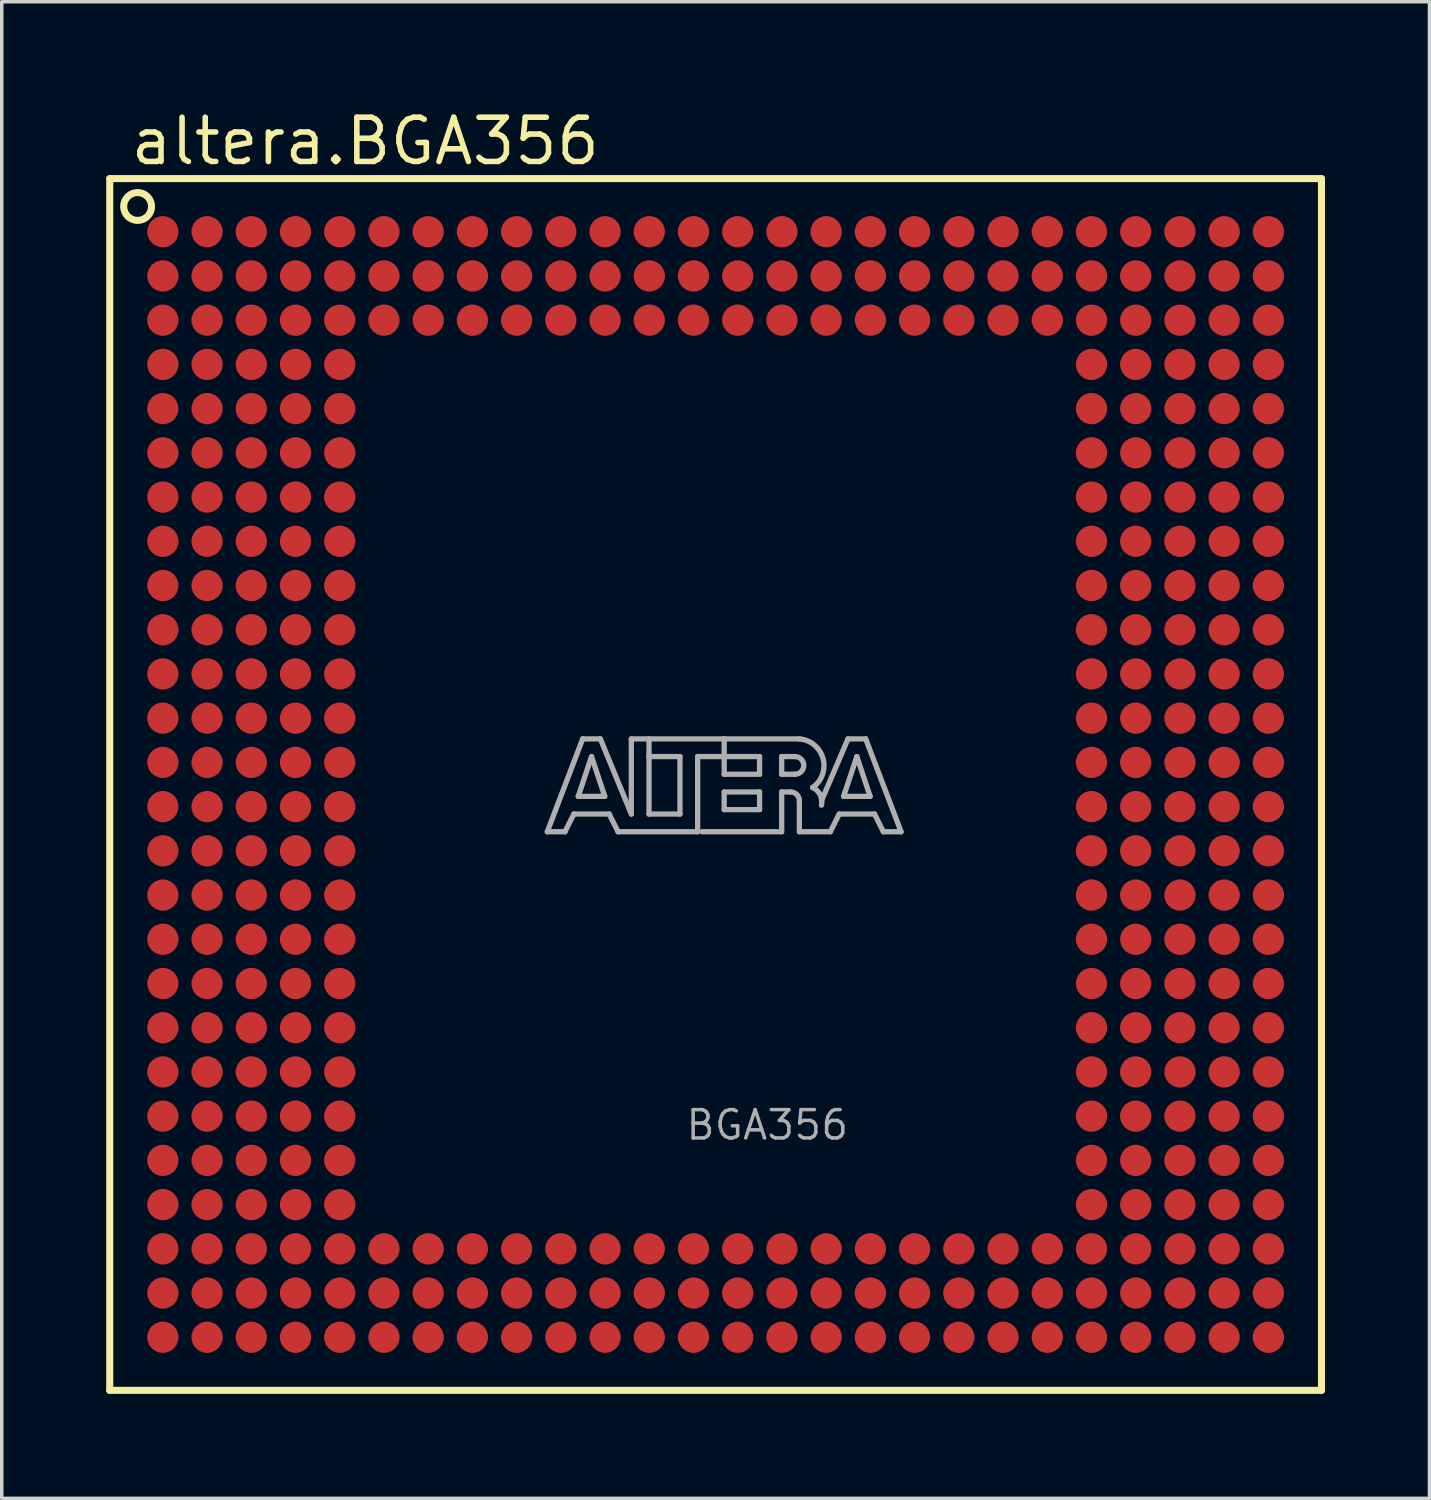
<source format=kicad_pcb>
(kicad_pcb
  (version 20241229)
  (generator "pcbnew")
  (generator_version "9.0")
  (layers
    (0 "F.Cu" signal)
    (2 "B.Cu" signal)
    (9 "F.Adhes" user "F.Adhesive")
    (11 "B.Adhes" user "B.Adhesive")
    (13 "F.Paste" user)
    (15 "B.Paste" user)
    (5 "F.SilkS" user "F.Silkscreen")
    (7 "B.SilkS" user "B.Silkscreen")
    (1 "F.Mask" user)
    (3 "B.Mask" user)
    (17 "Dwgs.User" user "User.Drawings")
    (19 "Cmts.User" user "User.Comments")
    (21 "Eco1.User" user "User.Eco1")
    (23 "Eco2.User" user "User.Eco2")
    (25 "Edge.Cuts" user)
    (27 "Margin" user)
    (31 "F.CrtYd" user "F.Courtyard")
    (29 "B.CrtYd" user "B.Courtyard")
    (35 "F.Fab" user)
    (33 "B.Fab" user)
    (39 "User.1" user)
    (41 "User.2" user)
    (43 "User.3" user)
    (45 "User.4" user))
  (footprint "altera.BGA356"
    (layer "F.Cu")
    (at 17.502 19.48)
    (property "Reference" "altera.BGA356" (at -16.88 -17.73 0) (layer "F.SilkS") (effects (font (size 1.27 1.27) (thickness 0.16)) (justify left bottom)))
    (attr smd)
    (fp_line (start -17.4 -17.4) (end -17.4 17.4) (stroke (width 0.203) (type default)) (layer "F.SilkS"))
    (fp_line (start -17.4 17.4) (end 17.4 17.4) (stroke (width 0.203) (type default)) (layer "F.SilkS"))
    (fp_line (start 17.4 -17.4) (end -17.4 -17.4) (stroke (width 0.203) (type default)) (layer "F.SilkS"))
    (fp_line (start 17.4 17.4) (end 17.4 -17.4) (stroke (width 0.203) (type default)) (layer "F.SilkS"))
    (fp_circle (center -16.6 -16.6) (end -16.2 -16.6) (stroke (width 0.203) (type default)) (fill no) (layer "F.SilkS"))
    (fp_line (start -4.834 1.357) (end -3.818 -1.31) (stroke (width 0.152) (type default)) (layer "F.Fab"))
    (fp_line (start -4.326 1.357) (end -4.834 1.357) (stroke (width 0.152) (type default)) (layer "F.Fab"))
    (fp_line (start -4.072 0.849) (end -4.326 1.357) (stroke (width 0.152) (type default)) (layer "F.Fab"))
    (fp_line (start -3.945 0.341) (end -3.183 0.341) (stroke (width 0.152) (type default)) (layer "F.Fab"))
    (fp_line (start -3.818 -1.31) (end -3.31 -1.31) (stroke (width 0.152) (type default)) (layer "F.Fab"))
    (fp_line (start -3.564 -0.802) (end -3.945 0.341) (stroke (width 0.152) (type default)) (layer "F.Fab"))
    (fp_line (start -3.31 -1.31) (end -2.421 0.849) (stroke (width 0.152) (type default)) (layer "F.Fab"))
    (fp_line (start -3.183 0.341) (end -3.564 -0.802) (stroke (width 0.152) (type default)) (layer "F.Fab"))
    (fp_line (start -3.056 0.849) (end -4.072 0.849) (stroke (width 0.152) (type default)) (layer "F.Fab"))
    (fp_line (start -2.802 1.357) (end -3.056 0.849) (stroke (width 0.152) (type default)) (layer "F.Fab"))
    (fp_line (start -2.421 -1.31) (end -1.913 -1.31) (stroke (width 0.152) (type default)) (layer "F.Fab"))
    (fp_line (start -2.421 0.849) (end -2.421 -1.31) (stroke (width 0.152) (type default)) (layer "F.Fab"))
    (fp_line (start -1.913 -1.31) (end -1.913 -0.802) (stroke (width 0.152) (type default)) (layer "F.Fab"))
    (fp_line (start -1.913 -1.31) (end 0.246 -1.31) (stroke (width 0.152) (type default)) (layer "F.Fab"))
    (fp_line (start -1.913 -0.802) (end -1.913 0.849) (stroke (width 0.152) (type default)) (layer "F.Fab"))
    (fp_line (start -1.913 0.849) (end -1.024 0.849) (stroke (width 0.152) (type default)) (layer "F.Fab"))
    (fp_line (start -1.024 -0.802) (end -1.913 -0.802) (stroke (width 0.152) (type default)) (layer "F.Fab"))
    (fp_line (start -1.024 0.849) (end -1.024 -0.802) (stroke (width 0.152) (type default)) (layer "F.Fab"))
    (fp_line (start -0.516 -0.802) (end -0.516 1.357) (stroke (width 0.152) (type default)) (layer "F.Fab"))
    (fp_line (start -0.516 1.357) (end -2.802 1.357) (stroke (width 0.152) (type default)) (layer "F.Fab"))
    (fp_line (start 0.246 -1.31) (end 0.246 -0.802) (stroke (width 0.152) (type default)) (layer "F.Fab"))
    (fp_line (start 0.246 -1.31) (end 2.405 -1.31) (stroke (width 0.152) (type default)) (layer "F.Fab"))
    (fp_line (start 0.246 -0.802) (end -0.516 -0.802) (stroke (width 0.152) (type default)) (layer "F.Fab"))
    (fp_line (start 0.246 -0.802) (end 0.246 -0.294) (stroke (width 0.152) (type default)) (layer "F.Fab"))
    (fp_line (start 0.246 -0.294) (end 1.262 -0.294) (stroke (width 0.152) (type default)) (layer "F.Fab"))
    (fp_line (start 0.246 0.214) (end 1.262 0.214) (stroke (width 0.152) (type default)) (layer "F.Fab"))
    (fp_line (start 0.246 0.722) (end 0.246 0.214) (stroke (width 0.152) (type default)) (layer "F.Fab"))
    (fp_line (start 1.262 -0.802) (end 0.246 -0.802) (stroke (width 0.152) (type default)) (layer "F.Fab"))
    (fp_line (start 1.262 -0.294) (end 1.262 -0.802) (stroke (width 0.152) (type default)) (layer "F.Fab"))
    (fp_line (start 1.262 0.214) (end 1.262 0.722) (stroke (width 0.152) (type default)) (layer "F.Fab"))
    (fp_line (start 1.262 0.722) (end 0.246 0.722) (stroke (width 0.152) (type default)) (layer "F.Fab"))
    (fp_line (start 1.897 -0.802) (end 1.897 -0.294) (stroke (width 0.152) (type default)) (layer "F.Fab"))
    (fp_line (start 1.897 -0.294) (end 2.278 -0.294) (stroke (width 0.152) (type default)) (layer "F.Fab"))
    (fp_line (start 1.897 0.214) (end 1.897 1.357) (stroke (width 0.152) (type default)) (layer "F.Fab"))
    (fp_line (start 1.897 0.214) (end 2.151 0.214) (stroke (width 0.152) (type default)) (layer "F.Fab"))
    (fp_line (start 1.897 1.357) (end -0.389 1.357) (stroke (width 0.152) (type default)) (layer "F.Fab"))
    (fp_line (start 2.278 -0.802) (end 1.897 -0.802) (stroke (width 0.152) (type default)) (layer "F.Fab"))
    (fp_line (start 2.405 0.468) (end 2.405 1.357) (stroke (width 0.152) (type default)) (layer "F.Fab"))
    (fp_line (start 2.405 1.357) (end 3.294 1.357) (stroke (width 0.152) (type default)) (layer "F.Fab"))
    (fp_line (start 3.294 1.357) (end 3.548 0.849) (stroke (width 0.152) (type default)) (layer "F.Fab"))
    (fp_line (start 3.548 0.849) (end 4.564 0.849) (stroke (width 0.152) (type default)) (layer "F.Fab"))
    (fp_line (start 3.675 0.341) (end 4.056 -0.802) (stroke (width 0.152) (type default)) (layer "F.Fab"))
    (fp_line (start 3.802 -1.31) (end 3.04 0.468) (stroke (width 0.152) (type default)) (layer "F.Fab"))
    (fp_line (start 4.056 -0.802) (end 4.437 0.341) (stroke (width 0.152) (type default)) (layer "F.Fab"))
    (fp_line (start 4.31 -1.31) (end 3.802 -1.31) (stroke (width 0.152) (type default)) (layer "F.Fab"))
    (fp_line (start 4.437 0.341) (end 3.675 0.341) (stroke (width 0.152) (type default)) (layer "F.Fab"))
    (fp_line (start 4.564 0.849) (end 4.818 1.357) (stroke (width 0.152) (type default)) (layer "F.Fab"))
    (fp_line (start 4.818 1.357) (end 5.326 1.357) (stroke (width 0.152) (type default)) (layer "F.Fab"))
    (fp_line (start 5.326 1.357) (end 4.31 -1.31) (stroke (width 0.152) (type default)) (layer "F.Fab"))
    (fp_arc (start 2.151 0.214) (mid 2.330605 0.288395) (end 2.405 0.468) (stroke (width 0.1524) (type default)) (layer "F.Fab"))
    (fp_arc (start 2.278 -0.802) (mid 2.532 -0.548) (end 2.278 -0.294) (stroke (width 0.1524) (type default)) (layer "F.Fab"))
    (fp_arc (start 2.405 -1.31) (mid 3.084953 -0.74477) (end 2.7861 0.0874) (stroke (width 0.1524) (type default)) (layer "F.Fab"))
    (fp_arc (start 2.7861 0.0871) (mid 3.002081 0.296587) (end 3.0398 0.5951) (stroke (width 0.1524) (type default)) (layer "F.Fab"))
    (fp_text user "BGA356" (at -0.905 10.255 0) (layer "F.Fab") (effects (font (size 0.813 0.813) (thickness 0.1)) (justify left bottom)))
    (pad "A1" smd roundrect (at -15.875 -15.875) (size 0.9 0.9) (layers "F.Cu" "F.Mask" "F.Paste") (roundrect_rratio 0.5))
    (pad "A2" smd roundrect (at -14.605 -15.875) (size 0.9 0.9) (layers "F.Cu" "F.Mask" "F.Paste") (roundrect_rratio 0.5))
    (pad "A3" smd roundrect (at -13.335 -15.875) (size 0.9 0.9) (layers "F.Cu" "F.Mask" "F.Paste") (roundrect_rratio 0.5))
    (pad "A4" smd roundrect (at -12.065 -15.875) (size 0.9 0.9) (layers "F.Cu" "F.Mask" "F.Paste") (roundrect_rratio 0.5))
    (pad "A5" smd roundrect (at -10.795 -15.875) (size 0.9 0.9) (layers "F.Cu" "F.Mask" "F.Paste") (roundrect_rratio 0.5))
    (pad "A6" smd roundrect (at -9.525 -15.875) (size 0.9 0.9) (layers "F.Cu" "F.Mask" "F.Paste") (roundrect_rratio 0.5))
    (pad "A7" smd roundrect (at -8.255 -15.875) (size 0.9 0.9) (layers "F.Cu" "F.Mask" "F.Paste") (roundrect_rratio 0.5))
    (pad "A8" smd roundrect (at -6.985 -15.875) (size 0.9 0.9) (layers "F.Cu" "F.Mask" "F.Paste") (roundrect_rratio 0.5))
    (pad "A9" smd roundrect (at -5.715 -15.875) (size 0.9 0.9) (layers "F.Cu" "F.Mask" "F.Paste") (roundrect_rratio 0.5))
    (pad "A10" smd roundrect (at -4.445 -15.875) (size 0.9 0.9) (layers "F.Cu" "F.Mask" "F.Paste") (roundrect_rratio 0.5))
    (pad "A11" smd roundrect (at -3.175 -15.875) (size 0.9 0.9) (layers "F.Cu" "F.Mask" "F.Paste") (roundrect_rratio 0.5))
    (pad "A12" smd roundrect (at -1.905 -15.875) (size 0.9 0.9) (layers "F.Cu" "F.Mask" "F.Paste") (roundrect_rratio 0.5))
    (pad "A13" smd roundrect (at -0.635 -15.875) (size 0.9 0.9) (layers "F.Cu" "F.Mask" "F.Paste") (roundrect_rratio 0.5))
    (pad "A14" smd roundrect (at 0.635 -15.875) (size 0.9 0.9) (layers "F.Cu" "F.Mask" "F.Paste") (roundrect_rratio 0.5))
    (pad "A15" smd roundrect (at 1.905 -15.875) (size 0.9 0.9) (layers "F.Cu" "F.Mask" "F.Paste") (roundrect_rratio 0.5))
    (pad "A16" smd roundrect (at 3.175 -15.875) (size 0.9 0.9) (layers "F.Cu" "F.Mask" "F.Paste") (roundrect_rratio 0.5))
    (pad "A17" smd roundrect (at 4.445 -15.875) (size 0.9 0.9) (layers "F.Cu" "F.Mask" "F.Paste") (roundrect_rratio 0.5))
    (pad "A18" smd roundrect (at 5.715 -15.875) (size 0.9 0.9) (layers "F.Cu" "F.Mask" "F.Paste") (roundrect_rratio 0.5))
    (pad "A19" smd roundrect (at 6.985 -15.875) (size 0.9 0.9) (layers "F.Cu" "F.Mask" "F.Paste") (roundrect_rratio 0.5))
    (pad "A20" smd roundrect (at 8.255 -15.875) (size 0.9 0.9) (layers "F.Cu" "F.Mask" "F.Paste") (roundrect_rratio 0.5))
    (pad "A21" smd roundrect (at 9.525 -15.875) (size 0.9 0.9) (layers "F.Cu" "F.Mask" "F.Paste") (roundrect_rratio 0.5))
    (pad "A22" smd roundrect (at 10.795 -15.875) (size 0.9 0.9) (layers "F.Cu" "F.Mask" "F.Paste") (roundrect_rratio 0.5))
    (pad "A23" smd roundrect (at 12.065 -15.875) (size 0.9 0.9) (layers "F.Cu" "F.Mask" "F.Paste") (roundrect_rratio 0.5))
    (pad "A24" smd roundrect (at 13.335 -15.875) (size 0.9 0.9) (layers "F.Cu" "F.Mask" "F.Paste") (roundrect_rratio 0.5))
    (pad "A25" smd roundrect (at 14.605 -15.875) (size 0.9 0.9) (layers "F.Cu" "F.Mask" "F.Paste") (roundrect_rratio 0.5))
    (pad "A26" smd roundrect (at 15.875 -15.875) (size 0.9 0.9) (layers "F.Cu" "F.Mask" "F.Paste") (roundrect_rratio 0.5))
    (pad "AA1" smd roundrect (at -15.875 9.525) (size 0.9 0.9) (layers "F.Cu" "F.Mask" "F.Paste") (roundrect_rratio 0.5))
    (pad "AA2" smd roundrect (at -14.605 9.525) (size 0.9 0.9) (layers "F.Cu" "F.Mask" "F.Paste") (roundrect_rratio 0.5))
    (pad "AA3" smd roundrect (at -13.335 9.525) (size 0.9 0.9) (layers "F.Cu" "F.Mask" "F.Paste") (roundrect_rratio 0.5))
    (pad "AA4" smd roundrect (at -12.065 9.525) (size 0.9 0.9) (layers "F.Cu" "F.Mask" "F.Paste") (roundrect_rratio 0.5))
    (pad "AA5" smd roundrect (at -10.795 9.525) (size 0.9 0.9) (layers "F.Cu" "F.Mask" "F.Paste") (roundrect_rratio 0.5))
    (pad "AA22" smd roundrect (at 10.795 9.525) (size 0.9 0.9) (layers "F.Cu" "F.Mask" "F.Paste") (roundrect_rratio 0.5))
    (pad "AA23" smd roundrect (at 12.065 9.525) (size 0.9 0.9) (layers "F.Cu" "F.Mask" "F.Paste") (roundrect_rratio 0.5))
    (pad "AA24" smd roundrect (at 13.335 9.525) (size 0.9 0.9) (layers "F.Cu" "F.Mask" "F.Paste") (roundrect_rratio 0.5))
    (pad "AA25" smd roundrect (at 14.605 9.525) (size 0.9 0.9) (layers "F.Cu" "F.Mask" "F.Paste") (roundrect_rratio 0.5))
    (pad "AA26" smd roundrect (at 15.875 9.525) (size 0.9 0.9) (layers "F.Cu" "F.Mask" "F.Paste") (roundrect_rratio 0.5))
    (pad "AB1" smd roundrect (at -15.875 10.795) (size 0.9 0.9) (layers "F.Cu" "F.Mask" "F.Paste") (roundrect_rratio 0.5))
    (pad "AB2" smd roundrect (at -14.605 10.795) (size 0.9 0.9) (layers "F.Cu" "F.Mask" "F.Paste") (roundrect_rratio 0.5))
    (pad "AB3" smd roundrect (at -13.335 10.795) (size 0.9 0.9) (layers "F.Cu" "F.Mask" "F.Paste") (roundrect_rratio 0.5))
    (pad "AB4" smd roundrect (at -12.065 10.795) (size 0.9 0.9) (layers "F.Cu" "F.Mask" "F.Paste") (roundrect_rratio 0.5))
    (pad "AB5" smd roundrect (at -10.795 10.795) (size 0.9 0.9) (layers "F.Cu" "F.Mask" "F.Paste") (roundrect_rratio 0.5))
    (pad "AB22" smd roundrect (at 10.795 10.795) (size 0.9 0.9) (layers "F.Cu" "F.Mask" "F.Paste") (roundrect_rratio 0.5))
    (pad "AB23" smd roundrect (at 12.065 10.795) (size 0.9 0.9) (layers "F.Cu" "F.Mask" "F.Paste") (roundrect_rratio 0.5))
    (pad "AB24" smd roundrect (at 13.335 10.795) (size 0.9 0.9) (layers "F.Cu" "F.Mask" "F.Paste") (roundrect_rratio 0.5))
    (pad "AB25" smd roundrect (at 14.605 10.795) (size 0.9 0.9) (layers "F.Cu" "F.Mask" "F.Paste") (roundrect_rratio 0.5))
    (pad "AB26" smd roundrect (at 15.875 10.795) (size 0.9 0.9) (layers "F.Cu" "F.Mask" "F.Paste") (roundrect_rratio 0.5))
    (pad "AC1" smd roundrect (at -15.875 12.065) (size 0.9 0.9) (layers "F.Cu" "F.Mask" "F.Paste") (roundrect_rratio 0.5))
    (pad "AC2" smd roundrect (at -14.605 12.065) (size 0.9 0.9) (layers "F.Cu" "F.Mask" "F.Paste") (roundrect_rratio 0.5))
    (pad "AC3" smd roundrect (at -13.335 12.065) (size 0.9 0.9) (layers "F.Cu" "F.Mask" "F.Paste") (roundrect_rratio 0.5))
    (pad "AC4" smd roundrect (at -12.065 12.065) (size 0.9 0.9) (layers "F.Cu" "F.Mask" "F.Paste") (roundrect_rratio 0.5))
    (pad "AC5" smd roundrect (at -10.795 12.065) (size 0.9 0.9) (layers "F.Cu" "F.Mask" "F.Paste") (roundrect_rratio 0.5))
    (pad "AC22" smd roundrect (at 10.795 12.065) (size 0.9 0.9) (layers "F.Cu" "F.Mask" "F.Paste") (roundrect_rratio 0.5))
    (pad "AC23" smd roundrect (at 12.065 12.065) (size 0.9 0.9) (layers "F.Cu" "F.Mask" "F.Paste") (roundrect_rratio 0.5))
    (pad "AC24" smd roundrect (at 13.335 12.065) (size 0.9 0.9) (layers "F.Cu" "F.Mask" "F.Paste") (roundrect_rratio 0.5))
    (pad "AC25" smd roundrect (at 14.605 12.065) (size 0.9 0.9) (layers "F.Cu" "F.Mask" "F.Paste") (roundrect_rratio 0.5))
    (pad "AC26" smd roundrect (at 15.875 12.065) (size 0.9 0.9) (layers "F.Cu" "F.Mask" "F.Paste") (roundrect_rratio 0.5))
    (pad "AD1" smd roundrect (at -15.875 13.335) (size 0.9 0.9) (layers "F.Cu" "F.Mask" "F.Paste") (roundrect_rratio 0.5))
    (pad "AD2" smd roundrect (at -14.605 13.335) (size 0.9 0.9) (layers "F.Cu" "F.Mask" "F.Paste") (roundrect_rratio 0.5))
    (pad "AD3" smd roundrect (at -13.335 13.335) (size 0.9 0.9) (layers "F.Cu" "F.Mask" "F.Paste") (roundrect_rratio 0.5))
    (pad "AD4" smd roundrect (at -12.065 13.335) (size 0.9 0.9) (layers "F.Cu" "F.Mask" "F.Paste") (roundrect_rratio 0.5))
    (pad "AD5" smd roundrect (at -10.795 13.335) (size 0.9 0.9) (layers "F.Cu" "F.Mask" "F.Paste") (roundrect_rratio 0.5))
    (pad "AD6" smd roundrect (at -9.525 13.335) (size 0.9 0.9) (layers "F.Cu" "F.Mask" "F.Paste") (roundrect_rratio 0.5))
    (pad "AD7" smd roundrect (at -8.255 13.335) (size 0.9 0.9) (layers "F.Cu" "F.Mask" "F.Paste") (roundrect_rratio 0.5))
    (pad "AD8" smd roundrect (at -6.985 13.335) (size 0.9 0.9) (layers "F.Cu" "F.Mask" "F.Paste") (roundrect_rratio 0.5))
    (pad "AD9" smd roundrect (at -5.715 13.335) (size 0.9 0.9) (layers "F.Cu" "F.Mask" "F.Paste") (roundrect_rratio 0.5))
    (pad "AD10" smd roundrect (at -4.445 13.335) (size 0.9 0.9) (layers "F.Cu" "F.Mask" "F.Paste") (roundrect_rratio 0.5))
    (pad "AD11" smd roundrect (at -3.175 13.335) (size 0.9 0.9) (layers "F.Cu" "F.Mask" "F.Paste") (roundrect_rratio 0.5))
    (pad "AD12" smd roundrect (at -1.905 13.335) (size 0.9 0.9) (layers "F.Cu" "F.Mask" "F.Paste") (roundrect_rratio 0.5))
    (pad "AD13" smd roundrect (at -0.635 13.335) (size 0.9 0.9) (layers "F.Cu" "F.Mask" "F.Paste") (roundrect_rratio 0.5))
    (pad "AD14" smd roundrect (at 0.635 13.335) (size 0.9 0.9) (layers "F.Cu" "F.Mask" "F.Paste") (roundrect_rratio 0.5))
    (pad "AD15" smd roundrect (at 1.905 13.335) (size 0.9 0.9) (layers "F.Cu" "F.Mask" "F.Paste") (roundrect_rratio 0.5))
    (pad "AD16" smd roundrect (at 3.175 13.335) (size 0.9 0.9) (layers "F.Cu" "F.Mask" "F.Paste") (roundrect_rratio 0.5))
    (pad "AD17" smd roundrect (at 4.445 13.335) (size 0.9 0.9) (layers "F.Cu" "F.Mask" "F.Paste") (roundrect_rratio 0.5))
    (pad "AD18" smd roundrect (at 5.715 13.335) (size 0.9 0.9) (layers "F.Cu" "F.Mask" "F.Paste") (roundrect_rratio 0.5))
    (pad "AD19" smd roundrect (at 6.985 13.335) (size 0.9 0.9) (layers "F.Cu" "F.Mask" "F.Paste") (roundrect_rratio 0.5))
    (pad "AD20" smd roundrect (at 8.255 13.335) (size 0.9 0.9) (layers "F.Cu" "F.Mask" "F.Paste") (roundrect_rratio 0.5))
    (pad "AD21" smd roundrect (at 9.525 13.335) (size 0.9 0.9) (layers "F.Cu" "F.Mask" "F.Paste") (roundrect_rratio 0.5))
    (pad "AD22" smd roundrect (at 10.795 13.335) (size 0.9 0.9) (layers "F.Cu" "F.Mask" "F.Paste") (roundrect_rratio 0.5))
    (pad "AD23" smd roundrect (at 12.065 13.335) (size 0.9 0.9) (layers "F.Cu" "F.Mask" "F.Paste") (roundrect_rratio 0.5))
    (pad "AD24" smd roundrect (at 13.335 13.335) (size 0.9 0.9) (layers "F.Cu" "F.Mask" "F.Paste") (roundrect_rratio 0.5))
    (pad "AD25" smd roundrect (at 14.605 13.335) (size 0.9 0.9) (layers "F.Cu" "F.Mask" "F.Paste") (roundrect_rratio 0.5))
    (pad "AD26" smd roundrect (at 15.875 13.335) (size 0.9 0.9) (layers "F.Cu" "F.Mask" "F.Paste") (roundrect_rratio 0.5))
    (pad "AE1" smd roundrect (at -15.875 14.605) (size 0.9 0.9) (layers "F.Cu" "F.Mask" "F.Paste") (roundrect_rratio 0.5))
    (pad "AE2" smd roundrect (at -14.605 14.605) (size 0.9 0.9) (layers "F.Cu" "F.Mask" "F.Paste") (roundrect_rratio 0.5))
    (pad "AE3" smd roundrect (at -13.335 14.605) (size 0.9 0.9) (layers "F.Cu" "F.Mask" "F.Paste") (roundrect_rratio 0.5))
    (pad "AE4" smd roundrect (at -12.065 14.605) (size 0.9 0.9) (layers "F.Cu" "F.Mask" "F.Paste") (roundrect_rratio 0.5))
    (pad "AE5" smd roundrect (at -10.795 14.605) (size 0.9 0.9) (layers "F.Cu" "F.Mask" "F.Paste") (roundrect_rratio 0.5))
    (pad "AE6" smd roundrect (at -9.525 14.605) (size 0.9 0.9) (layers "F.Cu" "F.Mask" "F.Paste") (roundrect_rratio 0.5))
    (pad "AE7" smd roundrect (at -8.255 14.605) (size 0.9 0.9) (layers "F.Cu" "F.Mask" "F.Paste") (roundrect_rratio 0.5))
    (pad "AE8" smd roundrect (at -6.985 14.605) (size 0.9 0.9) (layers "F.Cu" "F.Mask" "F.Paste") (roundrect_rratio 0.5))
    (pad "AE9" smd roundrect (at -5.715 14.605) (size 0.9 0.9) (layers "F.Cu" "F.Mask" "F.Paste") (roundrect_rratio 0.5))
    (pad "AE10" smd roundrect (at -4.445 14.605) (size 0.9 0.9) (layers "F.Cu" "F.Mask" "F.Paste") (roundrect_rratio 0.5))
    (pad "AE11" smd roundrect (at -3.175 14.605) (size 0.9 0.9) (layers "F.Cu" "F.Mask" "F.Paste") (roundrect_rratio 0.5))
    (pad "AE12" smd roundrect (at -1.905 14.605) (size 0.9 0.9) (layers "F.Cu" "F.Mask" "F.Paste") (roundrect_rratio 0.5))
    (pad "AE13" smd roundrect (at -0.635 14.605) (size 0.9 0.9) (layers "F.Cu" "F.Mask" "F.Paste") (roundrect_rratio 0.5))
    (pad "AE14" smd roundrect (at 0.635 14.605) (size 0.9 0.9) (layers "F.Cu" "F.Mask" "F.Paste") (roundrect_rratio 0.5))
    (pad "AE15" smd roundrect (at 1.905 14.605) (size 0.9 0.9) (layers "F.Cu" "F.Mask" "F.Paste") (roundrect_rratio 0.5))
    (pad "AE16" smd roundrect (at 3.175 14.605) (size 0.9 0.9) (layers "F.Cu" "F.Mask" "F.Paste") (roundrect_rratio 0.5))
    (pad "AE17" smd roundrect (at 4.445 14.605) (size 0.9 0.9) (layers "F.Cu" "F.Mask" "F.Paste") (roundrect_rratio 0.5))
    (pad "AE18" smd roundrect (at 5.715 14.605) (size 0.9 0.9) (layers "F.Cu" "F.Mask" "F.Paste") (roundrect_rratio 0.5))
    (pad "AE19" smd roundrect (at 6.985 14.605) (size 0.9 0.9) (layers "F.Cu" "F.Mask" "F.Paste") (roundrect_rratio 0.5))
    (pad "AE20" smd roundrect (at 8.255 14.605) (size 0.9 0.9) (layers "F.Cu" "F.Mask" "F.Paste") (roundrect_rratio 0.5))
    (pad "AE21" smd roundrect (at 9.525 14.605) (size 0.9 0.9) (layers "F.Cu" "F.Mask" "F.Paste") (roundrect_rratio 0.5))
    (pad "AE22" smd roundrect (at 10.795 14.605) (size 0.9 0.9) (layers "F.Cu" "F.Mask" "F.Paste") (roundrect_rratio 0.5))
    (pad "AE23" smd roundrect (at 12.065 14.605) (size 0.9 0.9) (layers "F.Cu" "F.Mask" "F.Paste") (roundrect_rratio 0.5))
    (pad "AE24" smd roundrect (at 13.335 14.605) (size 0.9 0.9) (layers "F.Cu" "F.Mask" "F.Paste") (roundrect_rratio 0.5))
    (pad "AE25" smd roundrect (at 14.605 14.605) (size 0.9 0.9) (layers "F.Cu" "F.Mask" "F.Paste") (roundrect_rratio 0.5))
    (pad "AE26" smd roundrect (at 15.875 14.605) (size 0.9 0.9) (layers "F.Cu" "F.Mask" "F.Paste") (roundrect_rratio 0.5))
    (pad "AF1" smd roundrect (at -15.875 15.875) (size 0.9 0.9) (layers "F.Cu" "F.Mask" "F.Paste") (roundrect_rratio 0.5))
    (pad "AF2" smd roundrect (at -14.605 15.875) (size 0.9 0.9) (layers "F.Cu" "F.Mask" "F.Paste") (roundrect_rratio 0.5))
    (pad "AF3" smd roundrect (at -13.335 15.875) (size 0.9 0.9) (layers "F.Cu" "F.Mask" "F.Paste") (roundrect_rratio 0.5))
    (pad "AF4" smd roundrect (at -12.065 15.875) (size 0.9 0.9) (layers "F.Cu" "F.Mask" "F.Paste") (roundrect_rratio 0.5))
    (pad "AF5" smd roundrect (at -10.795 15.875) (size 0.9 0.9) (layers "F.Cu" "F.Mask" "F.Paste") (roundrect_rratio 0.5))
    (pad "AF6" smd roundrect (at -9.525 15.875) (size 0.9 0.9) (layers "F.Cu" "F.Mask" "F.Paste") (roundrect_rratio 0.5))
    (pad "AF7" smd roundrect (at -8.255 15.875) (size 0.9 0.9) (layers "F.Cu" "F.Mask" "F.Paste") (roundrect_rratio 0.5))
    (pad "AF8" smd roundrect (at -6.985 15.875) (size 0.9 0.9) (layers "F.Cu" "F.Mask" "F.Paste") (roundrect_rratio 0.5))
    (pad "AF9" smd roundrect (at -5.715 15.875) (size 0.9 0.9) (layers "F.Cu" "F.Mask" "F.Paste") (roundrect_rratio 0.5))
    (pad "AF10" smd roundrect (at -4.445 15.875) (size 0.9 0.9) (layers "F.Cu" "F.Mask" "F.Paste") (roundrect_rratio 0.5))
    (pad "AF11" smd roundrect (at -3.175 15.875) (size 0.9 0.9) (layers "F.Cu" "F.Mask" "F.Paste") (roundrect_rratio 0.5))
    (pad "AF12" smd roundrect (at -1.905 15.875) (size 0.9 0.9) (layers "F.Cu" "F.Mask" "F.Paste") (roundrect_rratio 0.5))
    (pad "AF13" smd roundrect (at -0.635 15.875) (size 0.9 0.9) (layers "F.Cu" "F.Mask" "F.Paste") (roundrect_rratio 0.5))
    (pad "AF14" smd roundrect (at 0.635 15.875) (size 0.9 0.9) (layers "F.Cu" "F.Mask" "F.Paste") (roundrect_rratio 0.5))
    (pad "AF15" smd roundrect (at 1.905 15.875) (size 0.9 0.9) (layers "F.Cu" "F.Mask" "F.Paste") (roundrect_rratio 0.5))
    (pad "AF16" smd roundrect (at 3.175 15.875) (size 0.9 0.9) (layers "F.Cu" "F.Mask" "F.Paste") (roundrect_rratio 0.5))
    (pad "AF17" smd roundrect (at 4.445 15.875) (size 0.9 0.9) (layers "F.Cu" "F.Mask" "F.Paste") (roundrect_rratio 0.5))
    (pad "AF18" smd roundrect (at 5.715 15.875) (size 0.9 0.9) (layers "F.Cu" "F.Mask" "F.Paste") (roundrect_rratio 0.5))
    (pad "AF19" smd roundrect (at 6.985 15.875) (size 0.9 0.9) (layers "F.Cu" "F.Mask" "F.Paste") (roundrect_rratio 0.5))
    (pad "AF20" smd roundrect (at 8.255 15.875) (size 0.9 0.9) (layers "F.Cu" "F.Mask" "F.Paste") (roundrect_rratio 0.5))
    (pad "AF21" smd roundrect (at 9.525 15.875) (size 0.9 0.9) (layers "F.Cu" "F.Mask" "F.Paste") (roundrect_rratio 0.5))
    (pad "AF22" smd roundrect (at 10.795 15.875) (size 0.9 0.9) (layers "F.Cu" "F.Mask" "F.Paste") (roundrect_rratio 0.5))
    (pad "AF23" smd roundrect (at 12.065 15.875) (size 0.9 0.9) (layers "F.Cu" "F.Mask" "F.Paste") (roundrect_rratio 0.5))
    (pad "AF24" smd roundrect (at 13.335 15.875) (size 0.9 0.9) (layers "F.Cu" "F.Mask" "F.Paste") (roundrect_rratio 0.5))
    (pad "AF25" smd roundrect (at 14.605 15.875) (size 0.9 0.9) (layers "F.Cu" "F.Mask" "F.Paste") (roundrect_rratio 0.5))
    (pad "AF26" smd roundrect (at 15.875 15.875) (size 0.9 0.9) (layers "F.Cu" "F.Mask" "F.Paste") (roundrect_rratio 0.5))
    (pad "B1" smd roundrect (at -15.875 -14.605) (size 0.9 0.9) (layers "F.Cu" "F.Mask" "F.Paste") (roundrect_rratio 0.5))
    (pad "B2" smd roundrect (at -14.605 -14.605) (size 0.9 0.9) (layers "F.Cu" "F.Mask" "F.Paste") (roundrect_rratio 0.5))
    (pad "B3" smd roundrect (at -13.335 -14.605) (size 0.9 0.9) (layers "F.Cu" "F.Mask" "F.Paste") (roundrect_rratio 0.5))
    (pad "B4" smd roundrect (at -12.065 -14.605) (size 0.9 0.9) (layers "F.Cu" "F.Mask" "F.Paste") (roundrect_rratio 0.5))
    (pad "B5" smd roundrect (at -10.795 -14.605) (size 0.9 0.9) (layers "F.Cu" "F.Mask" "F.Paste") (roundrect_rratio 0.5))
    (pad "B6" smd roundrect (at -9.525 -14.605) (size 0.9 0.9) (layers "F.Cu" "F.Mask" "F.Paste") (roundrect_rratio 0.5))
    (pad "B7" smd roundrect (at -8.255 -14.605) (size 0.9 0.9) (layers "F.Cu" "F.Mask" "F.Paste") (roundrect_rratio 0.5))
    (pad "B8" smd roundrect (at -6.985 -14.605) (size 0.9 0.9) (layers "F.Cu" "F.Mask" "F.Paste") (roundrect_rratio 0.5))
    (pad "B9" smd roundrect (at -5.715 -14.605) (size 0.9 0.9) (layers "F.Cu" "F.Mask" "F.Paste") (roundrect_rratio 0.5))
    (pad "B10" smd roundrect (at -4.445 -14.605) (size 0.9 0.9) (layers "F.Cu" "F.Mask" "F.Paste") (roundrect_rratio 0.5))
    (pad "B11" smd roundrect (at -3.175 -14.605) (size 0.9 0.9) (layers "F.Cu" "F.Mask" "F.Paste") (roundrect_rratio 0.5))
    (pad "B12" smd roundrect (at -1.905 -14.605) (size 0.9 0.9) (layers "F.Cu" "F.Mask" "F.Paste") (roundrect_rratio 0.5))
    (pad "B13" smd roundrect (at -0.635 -14.605) (size 0.9 0.9) (layers "F.Cu" "F.Mask" "F.Paste") (roundrect_rratio 0.5))
    (pad "B14" smd roundrect (at 0.635 -14.605) (size 0.9 0.9) (layers "F.Cu" "F.Mask" "F.Paste") (roundrect_rratio 0.5))
    (pad "B15" smd roundrect (at 1.905 -14.605) (size 0.9 0.9) (layers "F.Cu" "F.Mask" "F.Paste") (roundrect_rratio 0.5))
    (pad "B16" smd roundrect (at 3.175 -14.605) (size 0.9 0.9) (layers "F.Cu" "F.Mask" "F.Paste") (roundrect_rratio 0.5))
    (pad "B17" smd roundrect (at 4.445 -14.605) (size 0.9 0.9) (layers "F.Cu" "F.Mask" "F.Paste") (roundrect_rratio 0.5))
    (pad "B18" smd roundrect (at 5.715 -14.605) (size 0.9 0.9) (layers "F.Cu" "F.Mask" "F.Paste") (roundrect_rratio 0.5))
    (pad "B19" smd roundrect (at 6.985 -14.605) (size 0.9 0.9) (layers "F.Cu" "F.Mask" "F.Paste") (roundrect_rratio 0.5))
    (pad "B20" smd roundrect (at 8.255 -14.605) (size 0.9 0.9) (layers "F.Cu" "F.Mask" "F.Paste") (roundrect_rratio 0.5))
    (pad "B21" smd roundrect (at 9.525 -14.605) (size 0.9 0.9) (layers "F.Cu" "F.Mask" "F.Paste") (roundrect_rratio 0.5))
    (pad "B22" smd roundrect (at 10.795 -14.605) (size 0.9 0.9) (layers "F.Cu" "F.Mask" "F.Paste") (roundrect_rratio 0.5))
    (pad "B23" smd roundrect (at 12.065 -14.605) (size 0.9 0.9) (layers "F.Cu" "F.Mask" "F.Paste") (roundrect_rratio 0.5))
    (pad "B24" smd roundrect (at 13.335 -14.605) (size 0.9 0.9) (layers "F.Cu" "F.Mask" "F.Paste") (roundrect_rratio 0.5))
    (pad "B25" smd roundrect (at 14.605 -14.605) (size 0.9 0.9) (layers "F.Cu" "F.Mask" "F.Paste") (roundrect_rratio 0.5))
    (pad "B26" smd roundrect (at 15.875 -14.605) (size 0.9 0.9) (layers "F.Cu" "F.Mask" "F.Paste") (roundrect_rratio 0.5))
    (pad "C1" smd roundrect (at -15.875 -13.335) (size 0.9 0.9) (layers "F.Cu" "F.Mask" "F.Paste") (roundrect_rratio 0.5))
    (pad "C2" smd roundrect (at -14.605 -13.335) (size 0.9 0.9) (layers "F.Cu" "F.Mask" "F.Paste") (roundrect_rratio 0.5))
    (pad "C3" smd roundrect (at -13.335 -13.335) (size 0.9 0.9) (layers "F.Cu" "F.Mask" "F.Paste") (roundrect_rratio 0.5))
    (pad "C4" smd roundrect (at -12.065 -13.335) (size 0.9 0.9) (layers "F.Cu" "F.Mask" "F.Paste") (roundrect_rratio 0.5))
    (pad "C5" smd roundrect (at -10.795 -13.335) (size 0.9 0.9) (layers "F.Cu" "F.Mask" "F.Paste") (roundrect_rratio 0.5))
    (pad "C6" smd roundrect (at -9.525 -13.335) (size 0.9 0.9) (layers "F.Cu" "F.Mask" "F.Paste") (roundrect_rratio 0.5))
    (pad "C7" smd roundrect (at -8.255 -13.335) (size 0.9 0.9) (layers "F.Cu" "F.Mask" "F.Paste") (roundrect_rratio 0.5))
    (pad "C8" smd roundrect (at -6.985 -13.335) (size 0.9 0.9) (layers "F.Cu" "F.Mask" "F.Paste") (roundrect_rratio 0.5))
    (pad "C9" smd roundrect (at -5.715 -13.335) (size 0.9 0.9) (layers "F.Cu" "F.Mask" "F.Paste") (roundrect_rratio 0.5))
    (pad "C10" smd roundrect (at -4.445 -13.335) (size 0.9 0.9) (layers "F.Cu" "F.Mask" "F.Paste") (roundrect_rratio 0.5))
    (pad "C11" smd roundrect (at -3.175 -13.335) (size 0.9 0.9) (layers "F.Cu" "F.Mask" "F.Paste") (roundrect_rratio 0.5))
    (pad "C12" smd roundrect (at -1.905 -13.335) (size 0.9 0.9) (layers "F.Cu" "F.Mask" "F.Paste") (roundrect_rratio 0.5))
    (pad "C13" smd roundrect (at -0.635 -13.335) (size 0.9 0.9) (layers "F.Cu" "F.Mask" "F.Paste") (roundrect_rratio 0.5))
    (pad "C14" smd roundrect (at 0.635 -13.335) (size 0.9 0.9) (layers "F.Cu" "F.Mask" "F.Paste") (roundrect_rratio 0.5))
    (pad "C15" smd roundrect (at 1.905 -13.335) (size 0.9 0.9) (layers "F.Cu" "F.Mask" "F.Paste") (roundrect_rratio 0.5))
    (pad "C16" smd roundrect (at 3.175 -13.335) (size 0.9 0.9) (layers "F.Cu" "F.Mask" "F.Paste") (roundrect_rratio 0.5))
    (pad "C17" smd roundrect (at 4.445 -13.335) (size 0.9 0.9) (layers "F.Cu" "F.Mask" "F.Paste") (roundrect_rratio 0.5))
    (pad "C18" smd roundrect (at 5.715 -13.335) (size 0.9 0.9) (layers "F.Cu" "F.Mask" "F.Paste") (roundrect_rratio 0.5))
    (pad "C19" smd roundrect (at 6.985 -13.335) (size 0.9 0.9) (layers "F.Cu" "F.Mask" "F.Paste") (roundrect_rratio 0.5))
    (pad "C20" smd roundrect (at 8.255 -13.335) (size 0.9 0.9) (layers "F.Cu" "F.Mask" "F.Paste") (roundrect_rratio 0.5))
    (pad "C21" smd roundrect (at 9.525 -13.335) (size 0.9 0.9) (layers "F.Cu" "F.Mask" "F.Paste") (roundrect_rratio 0.5))
    (pad "C22" smd roundrect (at 10.795 -13.335) (size 0.9 0.9) (layers "F.Cu" "F.Mask" "F.Paste") (roundrect_rratio 0.5))
    (pad "C23" smd roundrect (at 12.065 -13.335) (size 0.9 0.9) (layers "F.Cu" "F.Mask" "F.Paste") (roundrect_rratio 0.5))
    (pad "C24" smd roundrect (at 13.335 -13.335) (size 0.9 0.9) (layers "F.Cu" "F.Mask" "F.Paste") (roundrect_rratio 0.5))
    (pad "C25" smd roundrect (at 14.605 -13.335) (size 0.9 0.9) (layers "F.Cu" "F.Mask" "F.Paste") (roundrect_rratio 0.5))
    (pad "C26" smd roundrect (at 15.875 -13.335) (size 0.9 0.9) (layers "F.Cu" "F.Mask" "F.Paste") (roundrect_rratio 0.5))
    (pad "D1" smd roundrect (at -15.875 -12.065) (size 0.9 0.9) (layers "F.Cu" "F.Mask" "F.Paste") (roundrect_rratio 0.5))
    (pad "D2" smd roundrect (at -14.605 -12.065) (size 0.9 0.9) (layers "F.Cu" "F.Mask" "F.Paste") (roundrect_rratio 0.5))
    (pad "D3" smd roundrect (at -13.335 -12.065) (size 0.9 0.9) (layers "F.Cu" "F.Mask" "F.Paste") (roundrect_rratio 0.5))
    (pad "D4" smd roundrect (at -12.065 -12.065) (size 0.9 0.9) (layers "F.Cu" "F.Mask" "F.Paste") (roundrect_rratio 0.5))
    (pad "D5" smd roundrect (at -10.795 -12.065) (size 0.9 0.9) (layers "F.Cu" "F.Mask" "F.Paste") (roundrect_rratio 0.5))
    (pad "D22" smd roundrect (at 10.795 -12.065) (size 0.9 0.9) (layers "F.Cu" "F.Mask" "F.Paste") (roundrect_rratio 0.5))
    (pad "D23" smd roundrect (at 12.065 -12.065) (size 0.9 0.9) (layers "F.Cu" "F.Mask" "F.Paste") (roundrect_rratio 0.5))
    (pad "D24" smd roundrect (at 13.335 -12.065) (size 0.9 0.9) (layers "F.Cu" "F.Mask" "F.Paste") (roundrect_rratio 0.5))
    (pad "D25" smd roundrect (at 14.605 -12.065) (size 0.9 0.9) (layers "F.Cu" "F.Mask" "F.Paste") (roundrect_rratio 0.5))
    (pad "D26" smd roundrect (at 15.875 -12.065) (size 0.9 0.9) (layers "F.Cu" "F.Mask" "F.Paste") (roundrect_rratio 0.5))
    (pad "E1" smd roundrect (at -15.875 -10.795) (size 0.9 0.9) (layers "F.Cu" "F.Mask" "F.Paste") (roundrect_rratio 0.5))
    (pad "E2" smd roundrect (at -14.605 -10.795) (size 0.9 0.9) (layers "F.Cu" "F.Mask" "F.Paste") (roundrect_rratio 0.5))
    (pad "E3" smd roundrect (at -13.335 -10.795) (size 0.9 0.9) (layers "F.Cu" "F.Mask" "F.Paste") (roundrect_rratio 0.5))
    (pad "E4" smd roundrect (at -12.065 -10.795) (size 0.9 0.9) (layers "F.Cu" "F.Mask" "F.Paste") (roundrect_rratio 0.5))
    (pad "E5" smd roundrect (at -10.795 -10.795) (size 0.9 0.9) (layers "F.Cu" "F.Mask" "F.Paste") (roundrect_rratio 0.5))
    (pad "E22" smd roundrect (at 10.795 -10.795) (size 0.9 0.9) (layers "F.Cu" "F.Mask" "F.Paste") (roundrect_rratio 0.5))
    (pad "E23" smd roundrect (at 12.065 -10.795) (size 0.9 0.9) (layers "F.Cu" "F.Mask" "F.Paste") (roundrect_rratio 0.5))
    (pad "E24" smd roundrect (at 13.335 -10.795) (size 0.9 0.9) (layers "F.Cu" "F.Mask" "F.Paste") (roundrect_rratio 0.5))
    (pad "E25" smd roundrect (at 14.605 -10.795) (size 0.9 0.9) (layers "F.Cu" "F.Mask" "F.Paste") (roundrect_rratio 0.5))
    (pad "E26" smd roundrect (at 15.875 -10.795) (size 0.9 0.9) (layers "F.Cu" "F.Mask" "F.Paste") (roundrect_rratio 0.5))
    (pad "F1" smd roundrect (at -15.875 -9.525) (size 0.9 0.9) (layers "F.Cu" "F.Mask" "F.Paste") (roundrect_rratio 0.5))
    (pad "F2" smd roundrect (at -14.605 -9.525) (size 0.9 0.9) (layers "F.Cu" "F.Mask" "F.Paste") (roundrect_rratio 0.5))
    (pad "F3" smd roundrect (at -13.335 -9.525) (size 0.9 0.9) (layers "F.Cu" "F.Mask" "F.Paste") (roundrect_rratio 0.5))
    (pad "F4" smd roundrect (at -12.065 -9.525) (size 0.9 0.9) (layers "F.Cu" "F.Mask" "F.Paste") (roundrect_rratio 0.5))
    (pad "F5" smd roundrect (at -10.795 -9.525) (size 0.9 0.9) (layers "F.Cu" "F.Mask" "F.Paste") (roundrect_rratio 0.5))
    (pad "F22" smd roundrect (at 10.795 -9.525) (size 0.9 0.9) (layers "F.Cu" "F.Mask" "F.Paste") (roundrect_rratio 0.5))
    (pad "F23" smd roundrect (at 12.065 -9.525) (size 0.9 0.9) (layers "F.Cu" "F.Mask" "F.Paste") (roundrect_rratio 0.5))
    (pad "F24" smd roundrect (at 13.335 -9.525) (size 0.9 0.9) (layers "F.Cu" "F.Mask" "F.Paste") (roundrect_rratio 0.5))
    (pad "F25" smd roundrect (at 14.605 -9.525) (size 0.9 0.9) (layers "F.Cu" "F.Mask" "F.Paste") (roundrect_rratio 0.5))
    (pad "F26" smd roundrect (at 15.875 -9.525) (size 0.9 0.9) (layers "F.Cu" "F.Mask" "F.Paste") (roundrect_rratio 0.5))
    (pad "G1" smd roundrect (at -15.875 -8.255) (size 0.9 0.9) (layers "F.Cu" "F.Mask" "F.Paste") (roundrect_rratio 0.5))
    (pad "G2" smd roundrect (at -14.605 -8.255) (size 0.9 0.9) (layers "F.Cu" "F.Mask" "F.Paste") (roundrect_rratio 0.5))
    (pad "G3" smd roundrect (at -13.335 -8.255) (size 0.9 0.9) (layers "F.Cu" "F.Mask" "F.Paste") (roundrect_rratio 0.5))
    (pad "G4" smd roundrect (at -12.065 -8.255) (size 0.9 0.9) (layers "F.Cu" "F.Mask" "F.Paste") (roundrect_rratio 0.5))
    (pad "G5" smd roundrect (at -10.795 -8.255) (size 0.9 0.9) (layers "F.Cu" "F.Mask" "F.Paste") (roundrect_rratio 0.5))
    (pad "G22" smd roundrect (at 10.795 -8.255) (size 0.9 0.9) (layers "F.Cu" "F.Mask" "F.Paste") (roundrect_rratio 0.5))
    (pad "G23" smd roundrect (at 12.065 -8.255) (size 0.9 0.9) (layers "F.Cu" "F.Mask" "F.Paste") (roundrect_rratio 0.5))
    (pad "G24" smd roundrect (at 13.335 -8.255) (size 0.9 0.9) (layers "F.Cu" "F.Mask" "F.Paste") (roundrect_rratio 0.5))
    (pad "G25" smd roundrect (at 14.605 -8.255) (size 0.9 0.9) (layers "F.Cu" "F.Mask" "F.Paste") (roundrect_rratio 0.5))
    (pad "G26" smd roundrect (at 15.875 -8.255) (size 0.9 0.9) (layers "F.Cu" "F.Mask" "F.Paste") (roundrect_rratio 0.5))
    (pad "H1" smd roundrect (at -15.875 -6.985) (size 0.9 0.9) (layers "F.Cu" "F.Mask" "F.Paste") (roundrect_rratio 0.5))
    (pad "H2" smd roundrect (at -14.605 -6.985) (size 0.9 0.9) (layers "F.Cu" "F.Mask" "F.Paste") (roundrect_rratio 0.5))
    (pad "H3" smd roundrect (at -13.335 -6.985) (size 0.9 0.9) (layers "F.Cu" "F.Mask" "F.Paste") (roundrect_rratio 0.5))
    (pad "H4" smd roundrect (at -12.065 -6.985) (size 0.9 0.9) (layers "F.Cu" "F.Mask" "F.Paste") (roundrect_rratio 0.5))
    (pad "H5" smd roundrect (at -10.795 -6.985) (size 0.9 0.9) (layers "F.Cu" "F.Mask" "F.Paste") (roundrect_rratio 0.5))
    (pad "H22" smd roundrect (at 10.795 -6.985) (size 0.9 0.9) (layers "F.Cu" "F.Mask" "F.Paste") (roundrect_rratio 0.5))
    (pad "H23" smd roundrect (at 12.065 -6.985) (size 0.9 0.9) (layers "F.Cu" "F.Mask" "F.Paste") (roundrect_rratio 0.5))
    (pad "H24" smd roundrect (at 13.335 -6.985) (size 0.9 0.9) (layers "F.Cu" "F.Mask" "F.Paste") (roundrect_rratio 0.5))
    (pad "H25" smd roundrect (at 14.605 -6.985) (size 0.9 0.9) (layers "F.Cu" "F.Mask" "F.Paste") (roundrect_rratio 0.5))
    (pad "H26" smd roundrect (at 15.875 -6.985) (size 0.9 0.9) (layers "F.Cu" "F.Mask" "F.Paste") (roundrect_rratio 0.5))
    (pad "J1" smd roundrect (at -15.875 -5.715) (size 0.9 0.9) (layers "F.Cu" "F.Mask" "F.Paste") (roundrect_rratio 0.5))
    (pad "J2" smd roundrect (at -14.605 -5.715) (size 0.9 0.9) (layers "F.Cu" "F.Mask" "F.Paste") (roundrect_rratio 0.5))
    (pad "J3" smd roundrect (at -13.335 -5.715) (size 0.9 0.9) (layers "F.Cu" "F.Mask" "F.Paste") (roundrect_rratio 0.5))
    (pad "J4" smd roundrect (at -12.065 -5.715) (size 0.9 0.9) (layers "F.Cu" "F.Mask" "F.Paste") (roundrect_rratio 0.5))
    (pad "J5" smd roundrect (at -10.795 -5.715) (size 0.9 0.9) (layers "F.Cu" "F.Mask" "F.Paste") (roundrect_rratio 0.5))
    (pad "J22" smd roundrect (at 10.795 -5.715) (size 0.9 0.9) (layers "F.Cu" "F.Mask" "F.Paste") (roundrect_rratio 0.5))
    (pad "J23" smd roundrect (at 12.065 -5.715) (size 0.9 0.9) (layers "F.Cu" "F.Mask" "F.Paste") (roundrect_rratio 0.5))
    (pad "J24" smd roundrect (at 13.335 -5.715) (size 0.9 0.9) (layers "F.Cu" "F.Mask" "F.Paste") (roundrect_rratio 0.5))
    (pad "J25" smd roundrect (at 14.605 -5.715) (size 0.9 0.9) (layers "F.Cu" "F.Mask" "F.Paste") (roundrect_rratio 0.5))
    (pad "J26" smd roundrect (at 15.875 -5.715) (size 0.9 0.9) (layers "F.Cu" "F.Mask" "F.Paste") (roundrect_rratio 0.5))
    (pad "K1" smd roundrect (at -15.875 -4.445) (size 0.9 0.9) (layers "F.Cu" "F.Mask" "F.Paste") (roundrect_rratio 0.5))
    (pad "K2" smd roundrect (at -14.605 -4.445) (size 0.9 0.9) (layers "F.Cu" "F.Mask" "F.Paste") (roundrect_rratio 0.5))
    (pad "K3" smd roundrect (at -13.335 -4.445) (size 0.9 0.9) (layers "F.Cu" "F.Mask" "F.Paste") (roundrect_rratio 0.5))
    (pad "K4" smd roundrect (at -12.065 -4.445) (size 0.9 0.9) (layers "F.Cu" "F.Mask" "F.Paste") (roundrect_rratio 0.5))
    (pad "K5" smd roundrect (at -10.795 -4.445) (size 0.9 0.9) (layers "F.Cu" "F.Mask" "F.Paste") (roundrect_rratio 0.5))
    (pad "K22" smd roundrect (at 10.795 -4.445) (size 0.9 0.9) (layers "F.Cu" "F.Mask" "F.Paste") (roundrect_rratio 0.5))
    (pad "K23" smd roundrect (at 12.065 -4.445) (size 0.9 0.9) (layers "F.Cu" "F.Mask" "F.Paste") (roundrect_rratio 0.5))
    (pad "K24" smd roundrect (at 13.335 -4.445) (size 0.9 0.9) (layers "F.Cu" "F.Mask" "F.Paste") (roundrect_rratio 0.5))
    (pad "K25" smd roundrect (at 14.605 -4.445) (size 0.9 0.9) (layers "F.Cu" "F.Mask" "F.Paste") (roundrect_rratio 0.5))
    (pad "K26" smd roundrect (at 15.875 -4.445) (size 0.9 0.9) (layers "F.Cu" "F.Mask" "F.Paste") (roundrect_rratio 0.5))
    (pad "L1" smd roundrect (at -15.875 -3.175) (size 0.9 0.9) (layers "F.Cu" "F.Mask" "F.Paste") (roundrect_rratio 0.5))
    (pad "L2" smd roundrect (at -14.605 -3.175) (size 0.9 0.9) (layers "F.Cu" "F.Mask" "F.Paste") (roundrect_rratio 0.5))
    (pad "L3" smd roundrect (at -13.335 -3.175) (size 0.9 0.9) (layers "F.Cu" "F.Mask" "F.Paste") (roundrect_rratio 0.5))
    (pad "L4" smd roundrect (at -12.065 -3.175) (size 0.9 0.9) (layers "F.Cu" "F.Mask" "F.Paste") (roundrect_rratio 0.5))
    (pad "L5" smd roundrect (at -10.795 -3.175) (size 0.9 0.9) (layers "F.Cu" "F.Mask" "F.Paste") (roundrect_rratio 0.5))
    (pad "L22" smd roundrect (at 10.795 -3.175) (size 0.9 0.9) (layers "F.Cu" "F.Mask" "F.Paste") (roundrect_rratio 0.5))
    (pad "L23" smd roundrect (at 12.065 -3.175) (size 0.9 0.9) (layers "F.Cu" "F.Mask" "F.Paste") (roundrect_rratio 0.5))
    (pad "L24" smd roundrect (at 13.335 -3.175) (size 0.9 0.9) (layers "F.Cu" "F.Mask" "F.Paste") (roundrect_rratio 0.5))
    (pad "L25" smd roundrect (at 14.605 -3.175) (size 0.9 0.9) (layers "F.Cu" "F.Mask" "F.Paste") (roundrect_rratio 0.5))
    (pad "L26" smd roundrect (at 15.875 -3.175) (size 0.9 0.9) (layers "F.Cu" "F.Mask" "F.Paste") (roundrect_rratio 0.5))
    (pad "M1" smd roundrect (at -15.875 -1.905) (size 0.9 0.9) (layers "F.Cu" "F.Mask" "F.Paste") (roundrect_rratio 0.5))
    (pad "M2" smd roundrect (at -14.605 -1.905) (size 0.9 0.9) (layers "F.Cu" "F.Mask" "F.Paste") (roundrect_rratio 0.5))
    (pad "M3" smd roundrect (at -13.335 -1.905) (size 0.9 0.9) (layers "F.Cu" "F.Mask" "F.Paste") (roundrect_rratio 0.5))
    (pad "M4" smd roundrect (at -12.065 -1.905) (size 0.9 0.9) (layers "F.Cu" "F.Mask" "F.Paste") (roundrect_rratio 0.5))
    (pad "M5" smd roundrect (at -10.795 -1.905) (size 0.9 0.9) (layers "F.Cu" "F.Mask" "F.Paste") (roundrect_rratio 0.5))
    (pad "M22" smd roundrect (at 10.795 -1.905) (size 0.9 0.9) (layers "F.Cu" "F.Mask" "F.Paste") (roundrect_rratio 0.5))
    (pad "M23" smd roundrect (at 12.065 -1.905) (size 0.9 0.9) (layers "F.Cu" "F.Mask" "F.Paste") (roundrect_rratio 0.5))
    (pad "M24" smd roundrect (at 13.335 -1.905) (size 0.9 0.9) (layers "F.Cu" "F.Mask" "F.Paste") (roundrect_rratio 0.5))
    (pad "M25" smd roundrect (at 14.605 -1.905) (size 0.9 0.9) (layers "F.Cu" "F.Mask" "F.Paste") (roundrect_rratio 0.5))
    (pad "M26" smd roundrect (at 15.875 -1.905) (size 0.9 0.9) (layers "F.Cu" "F.Mask" "F.Paste") (roundrect_rratio 0.5))
    (pad "N1" smd roundrect (at -15.875 -0.635) (size 0.9 0.9) (layers "F.Cu" "F.Mask" "F.Paste") (roundrect_rratio 0.5))
    (pad "N2" smd roundrect (at -14.605 -0.635) (size 0.9 0.9) (layers "F.Cu" "F.Mask" "F.Paste") (roundrect_rratio 0.5))
    (pad "N3" smd roundrect (at -13.335 -0.635) (size 0.9 0.9) (layers "F.Cu" "F.Mask" "F.Paste") (roundrect_rratio 0.5))
    (pad "N4" smd roundrect (at -12.065 -0.635) (size 0.9 0.9) (layers "F.Cu" "F.Mask" "F.Paste") (roundrect_rratio 0.5))
    (pad "N5" smd roundrect (at -10.795 -0.635) (size 0.9 0.9) (layers "F.Cu" "F.Mask" "F.Paste") (roundrect_rratio 0.5))
    (pad "N22" smd roundrect (at 10.795 -0.635) (size 0.9 0.9) (layers "F.Cu" "F.Mask" "F.Paste") (roundrect_rratio 0.5))
    (pad "N23" smd roundrect (at 12.065 -0.635) (size 0.9 0.9) (layers "F.Cu" "F.Mask" "F.Paste") (roundrect_rratio 0.5))
    (pad "N24" smd roundrect (at 13.335 -0.635) (size 0.9 0.9) (layers "F.Cu" "F.Mask" "F.Paste") (roundrect_rratio 0.5))
    (pad "N25" smd roundrect (at 14.605 -0.635) (size 0.9 0.9) (layers "F.Cu" "F.Mask" "F.Paste") (roundrect_rratio 0.5))
    (pad "N26" smd roundrect (at 15.875 -0.635) (size 0.9 0.9) (layers "F.Cu" "F.Mask" "F.Paste") (roundrect_rratio 0.5))
    (pad "P1" smd roundrect (at -15.875 0.635) (size 0.9 0.9) (layers "F.Cu" "F.Mask" "F.Paste") (roundrect_rratio 0.5))
    (pad "P2" smd roundrect (at -14.605 0.635) (size 0.9 0.9) (layers "F.Cu" "F.Mask" "F.Paste") (roundrect_rratio 0.5))
    (pad "P3" smd roundrect (at -13.335 0.635) (size 0.9 0.9) (layers "F.Cu" "F.Mask" "F.Paste") (roundrect_rratio 0.5))
    (pad "P4" smd roundrect (at -12.065 0.635) (size 0.9 0.9) (layers "F.Cu" "F.Mask" "F.Paste") (roundrect_rratio 0.5))
    (pad "P5" smd roundrect (at -10.795 0.635) (size 0.9 0.9) (layers "F.Cu" "F.Mask" "F.Paste") (roundrect_rratio 0.5))
    (pad "P22" smd roundrect (at 10.795 0.635) (size 0.9 0.9) (layers "F.Cu" "F.Mask" "F.Paste") (roundrect_rratio 0.5))
    (pad "P23" smd roundrect (at 12.065 0.635) (size 0.9 0.9) (layers "F.Cu" "F.Mask" "F.Paste") (roundrect_rratio 0.5))
    (pad "P24" smd roundrect (at 13.335 0.635) (size 0.9 0.9) (layers "F.Cu" "F.Mask" "F.Paste") (roundrect_rratio 0.5))
    (pad "P25" smd roundrect (at 14.605 0.635) (size 0.9 0.9) (layers "F.Cu" "F.Mask" "F.Paste") (roundrect_rratio 0.5))
    (pad "P26" smd roundrect (at 15.875 0.635) (size 0.9 0.9) (layers "F.Cu" "F.Mask" "F.Paste") (roundrect_rratio 0.5))
    (pad "R1" smd roundrect (at -15.875 1.905) (size 0.9 0.9) (layers "F.Cu" "F.Mask" "F.Paste") (roundrect_rratio 0.5))
    (pad "R2" smd roundrect (at -14.605 1.905) (size 0.9 0.9) (layers "F.Cu" "F.Mask" "F.Paste") (roundrect_rratio 0.5))
    (pad "R3" smd roundrect (at -13.335 1.905) (size 0.9 0.9) (layers "F.Cu" "F.Mask" "F.Paste") (roundrect_rratio 0.5))
    (pad "R4" smd roundrect (at -12.065 1.905) (size 0.9 0.9) (layers "F.Cu" "F.Mask" "F.Paste") (roundrect_rratio 0.5))
    (pad "R5" smd roundrect (at -10.795 1.905) (size 0.9 0.9) (layers "F.Cu" "F.Mask" "F.Paste") (roundrect_rratio 0.5))
    (pad "R22" smd roundrect (at 10.795 1.905) (size 0.9 0.9) (layers "F.Cu" "F.Mask" "F.Paste") (roundrect_rratio 0.5))
    (pad "R23" smd roundrect (at 12.065 1.905) (size 0.9 0.9) (layers "F.Cu" "F.Mask" "F.Paste") (roundrect_rratio 0.5))
    (pad "R24" smd roundrect (at 13.335 1.905) (size 0.9 0.9) (layers "F.Cu" "F.Mask" "F.Paste") (roundrect_rratio 0.5))
    (pad "R25" smd roundrect (at 14.605 1.905) (size 0.9 0.9) (layers "F.Cu" "F.Mask" "F.Paste") (roundrect_rratio 0.5))
    (pad "R26" smd roundrect (at 15.875 1.905) (size 0.9 0.9) (layers "F.Cu" "F.Mask" "F.Paste") (roundrect_rratio 0.5))
    (pad "T1" smd roundrect (at -15.875 3.175) (size 0.9 0.9) (layers "F.Cu" "F.Mask" "F.Paste") (roundrect_rratio 0.5))
    (pad "T2" smd roundrect (at -14.605 3.175) (size 0.9 0.9) (layers "F.Cu" "F.Mask" "F.Paste") (roundrect_rratio 0.5))
    (pad "T3" smd roundrect (at -13.335 3.175) (size 0.9 0.9) (layers "F.Cu" "F.Mask" "F.Paste") (roundrect_rratio 0.5))
    (pad "T4" smd roundrect (at -12.065 3.175) (size 0.9 0.9) (layers "F.Cu" "F.Mask" "F.Paste") (roundrect_rratio 0.5))
    (pad "T5" smd roundrect (at -10.795 3.175) (size 0.9 0.9) (layers "F.Cu" "F.Mask" "F.Paste") (roundrect_rratio 0.5))
    (pad "T22" smd roundrect (at 10.795 3.175) (size 0.9 0.9) (layers "F.Cu" "F.Mask" "F.Paste") (roundrect_rratio 0.5))
    (pad "T23" smd roundrect (at 12.065 3.175) (size 0.9 0.9) (layers "F.Cu" "F.Mask" "F.Paste") (roundrect_rratio 0.5))
    (pad "T24" smd roundrect (at 13.335 3.175) (size 0.9 0.9) (layers "F.Cu" "F.Mask" "F.Paste") (roundrect_rratio 0.5))
    (pad "T25" smd roundrect (at 14.605 3.175) (size 0.9 0.9) (layers "F.Cu" "F.Mask" "F.Paste") (roundrect_rratio 0.5))
    (pad "T26" smd roundrect (at 15.875 3.175) (size 0.9 0.9) (layers "F.Cu" "F.Mask" "F.Paste") (roundrect_rratio 0.5))
    (pad "U1" smd roundrect (at -15.875 4.445) (size 0.9 0.9) (layers "F.Cu" "F.Mask" "F.Paste") (roundrect_rratio 0.5))
    (pad "U2" smd roundrect (at -14.605 4.445) (size 0.9 0.9) (layers "F.Cu" "F.Mask" "F.Paste") (roundrect_rratio 0.5))
    (pad "U3" smd roundrect (at -13.335 4.445) (size 0.9 0.9) (layers "F.Cu" "F.Mask" "F.Paste") (roundrect_rratio 0.5))
    (pad "U4" smd roundrect (at -12.065 4.445) (size 0.9 0.9) (layers "F.Cu" "F.Mask" "F.Paste") (roundrect_rratio 0.5))
    (pad "U5" smd roundrect (at -10.795 4.445) (size 0.9 0.9) (layers "F.Cu" "F.Mask" "F.Paste") (roundrect_rratio 0.5))
    (pad "U22" smd roundrect (at 10.795 4.445) (size 0.9 0.9) (layers "F.Cu" "F.Mask" "F.Paste") (roundrect_rratio 0.5))
    (pad "U23" smd roundrect (at 12.065 4.445) (size 0.9 0.9) (layers "F.Cu" "F.Mask" "F.Paste") (roundrect_rratio 0.5))
    (pad "U24" smd roundrect (at 13.335 4.445) (size 0.9 0.9) (layers "F.Cu" "F.Mask" "F.Paste") (roundrect_rratio 0.5))
    (pad "U25" smd roundrect (at 14.605 4.445) (size 0.9 0.9) (layers "F.Cu" "F.Mask" "F.Paste") (roundrect_rratio 0.5))
    (pad "U26" smd roundrect (at 15.875 4.445) (size 0.9 0.9) (layers "F.Cu" "F.Mask" "F.Paste") (roundrect_rratio 0.5))
    (pad "V1" smd roundrect (at -15.875 5.715) (size 0.9 0.9) (layers "F.Cu" "F.Mask" "F.Paste") (roundrect_rratio 0.5))
    (pad "V2" smd roundrect (at -14.605 5.715) (size 0.9 0.9) (layers "F.Cu" "F.Mask" "F.Paste") (roundrect_rratio 0.5))
    (pad "V3" smd roundrect (at -13.335 5.715) (size 0.9 0.9) (layers "F.Cu" "F.Mask" "F.Paste") (roundrect_rratio 0.5))
    (pad "V4" smd roundrect (at -12.065 5.715) (size 0.9 0.9) (layers "F.Cu" "F.Mask" "F.Paste") (roundrect_rratio 0.5))
    (pad "V5" smd roundrect (at -10.795 5.715) (size 0.9 0.9) (layers "F.Cu" "F.Mask" "F.Paste") (roundrect_rratio 0.5))
    (pad "V22" smd roundrect (at 10.795 5.715) (size 0.9 0.9) (layers "F.Cu" "F.Mask" "F.Paste") (roundrect_rratio 0.5))
    (pad "V23" smd roundrect (at 12.065 5.715) (size 0.9 0.9) (layers "F.Cu" "F.Mask" "F.Paste") (roundrect_rratio 0.5))
    (pad "V24" smd roundrect (at 13.335 5.715) (size 0.9 0.9) (layers "F.Cu" "F.Mask" "F.Paste") (roundrect_rratio 0.5))
    (pad "V25" smd roundrect (at 14.605 5.715) (size 0.9 0.9) (layers "F.Cu" "F.Mask" "F.Paste") (roundrect_rratio 0.5))
    (pad "V26" smd roundrect (at 15.875 5.715) (size 0.9 0.9) (layers "F.Cu" "F.Mask" "F.Paste") (roundrect_rratio 0.5))
    (pad "W1" smd roundrect (at -15.875 6.985) (size 0.9 0.9) (layers "F.Cu" "F.Mask" "F.Paste") (roundrect_rratio 0.5))
    (pad "W2" smd roundrect (at -14.605 6.985) (size 0.9 0.9) (layers "F.Cu" "F.Mask" "F.Paste") (roundrect_rratio 0.5))
    (pad "W3" smd roundrect (at -13.335 6.985) (size 0.9 0.9) (layers "F.Cu" "F.Mask" "F.Paste") (roundrect_rratio 0.5))
    (pad "W4" smd roundrect (at -12.065 6.985) (size 0.9 0.9) (layers "F.Cu" "F.Mask" "F.Paste") (roundrect_rratio 0.5))
    (pad "W5" smd roundrect (at -10.795 6.985) (size 0.9 0.9) (layers "F.Cu" "F.Mask" "F.Paste") (roundrect_rratio 0.5))
    (pad "W22" smd roundrect (at 10.795 6.985) (size 0.9 0.9) (layers "F.Cu" "F.Mask" "F.Paste") (roundrect_rratio 0.5))
    (pad "W23" smd roundrect (at 12.065 6.985) (size 0.9 0.9) (layers "F.Cu" "F.Mask" "F.Paste") (roundrect_rratio 0.5))
    (pad "W24" smd roundrect (at 13.335 6.985) (size 0.9 0.9) (layers "F.Cu" "F.Mask" "F.Paste") (roundrect_rratio 0.5))
    (pad "W25" smd roundrect (at 14.605 6.985) (size 0.9 0.9) (layers "F.Cu" "F.Mask" "F.Paste") (roundrect_rratio 0.5))
    (pad "W26" smd roundrect (at 15.875 6.985) (size 0.9 0.9) (layers "F.Cu" "F.Mask" "F.Paste") (roundrect_rratio 0.5))
    (pad "Y1" smd roundrect (at -15.875 8.255) (size 0.9 0.9) (layers "F.Cu" "F.Mask" "F.Paste") (roundrect_rratio 0.5))
    (pad "Y2" smd roundrect (at -14.605 8.255) (size 0.9 0.9) (layers "F.Cu" "F.Mask" "F.Paste") (roundrect_rratio 0.5))
    (pad "Y3" smd roundrect (at -13.335 8.255) (size 0.9 0.9) (layers "F.Cu" "F.Mask" "F.Paste") (roundrect_rratio 0.5))
    (pad "Y4" smd roundrect (at -12.065 8.255) (size 0.9 0.9) (layers "F.Cu" "F.Mask" "F.Paste") (roundrect_rratio 0.5))
    (pad "Y5" smd roundrect (at -10.795 8.255) (size 0.9 0.9) (layers "F.Cu" "F.Mask" "F.Paste") (roundrect_rratio 0.5))
    (pad "Y22" smd roundrect (at 10.795 8.255) (size 0.9 0.9) (layers "F.Cu" "F.Mask" "F.Paste") (roundrect_rratio 0.5))
    (pad "Y23" smd roundrect (at 12.065 8.255) (size 0.9 0.9) (layers "F.Cu" "F.Mask" "F.Paste") (roundrect_rratio 0.5))
    (pad "Y24" smd roundrect (at 13.335 8.255) (size 0.9 0.9) (layers "F.Cu" "F.Mask" "F.Paste") (roundrect_rratio 0.5))
    (pad "Y25" smd roundrect (at 14.605 8.255) (size 0.9 0.9) (layers "F.Cu" "F.Mask" "F.Paste") (roundrect_rratio 0.5))
    (pad "Y26" smd roundrect (at 15.875 8.255) (size 0.9 0.9) (layers "F.Cu" "F.Mask" "F.Paste") (roundrect_rratio 0.5)))
  (gr_rect
    (start -3 -3)
    (end 38.003 39.982)
    (stroke (width 0.1) (type default))
    (fill no)
    (layer "Edge.Cuts")))
</source>
